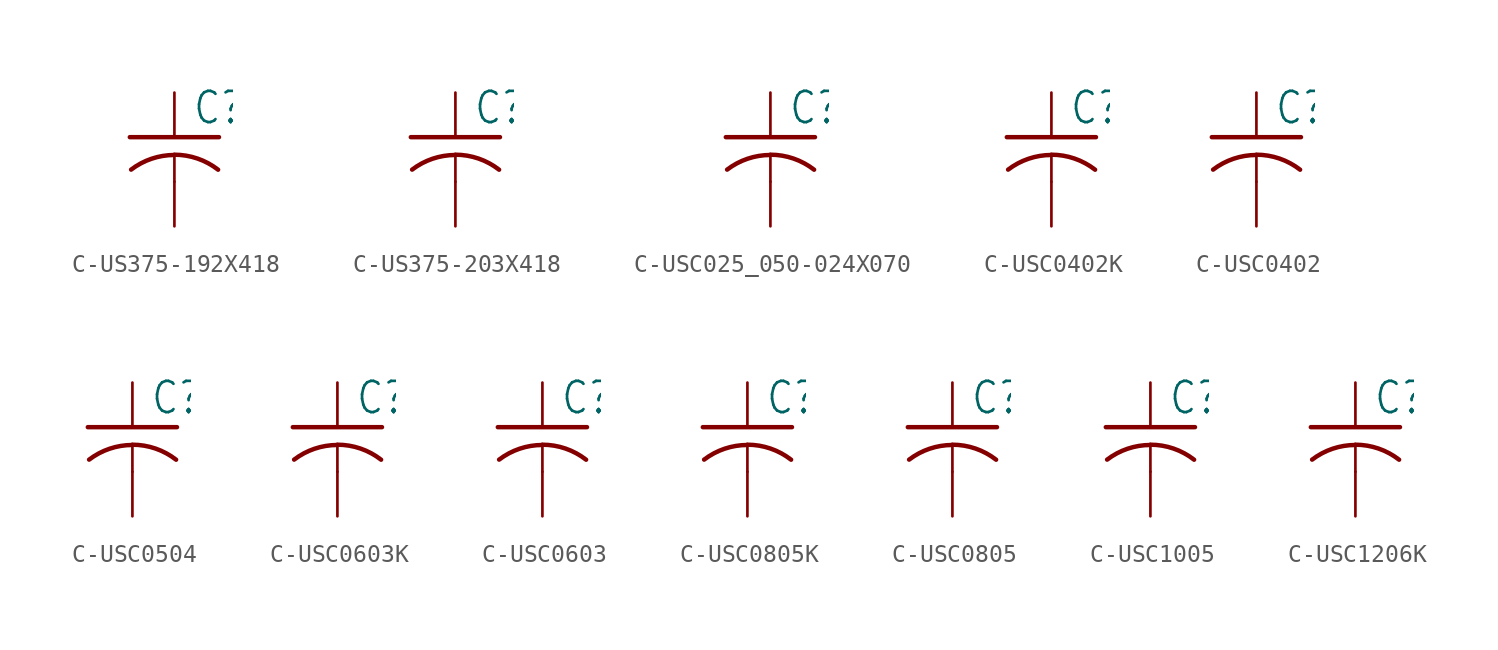
<source format=kicad_sym>
(kicad_symbol_lib
  (version 20241209)
  (generator "kicad_symbol_editor")
  (generator_version "9.0")
  (symbol "C-US375-192X418"
    (property "Reference" "C"
      (at 1.016 0.635 0)
      (effects (font (size 1.778 1.511)) (justify left bottom)))
    (property "Value" ""
      (at 1.016 -4.191 0)
      (effects (font (size 1.778 1.511)) (justify left bottom)))
    (property "ki_locked" ""
      (at 0 0 0)
      (effects (font (size 1.27 1.27))))
    (symbol "C-US375-192X418_1_0"
      (polyline (pts (xy -2.54 0) (xy 2.54 0)) (stroke (width 0.254) (type solid)) (fill (type none)))
      (polyline (pts (xy 0 -1.016) (xy 0 -2.54)) (stroke (width 0.152) (type solid)) (fill (type none)))
      (arc (start 0 -1) (mid 1.3158 -1.2195) (end 2.4892 -1.8541) (stroke (width 0.254) (type solid)) (fill (type none)))
      (arc (start -2.4668 -1.8504) (mid -1.302 -1.2303) (end 0 -1.0161) (stroke (width 0.254) (type solid)) (fill (type none)))
      (pin passive line (at 0 2.54 270) (length 2.54) (name "1" (effects (font (size 0 0)))) (number "1" (effects (font (size 0 0)))))
      (pin passive line (at 0 -5.08 90) (length 2.54) (name "2" (effects (font (size 0 0)))) (number "2" (effects (font (size 0 0)))))))
  (symbol "C-US375-203X418"
    (property "Reference" "C"
      (at 1.016 0.635 0)
      (effects (font (size 1.778 1.511)) (justify left bottom)))
    (property "Value" ""
      (at 1.016 -4.191 0)
      (effects (font (size 1.778 1.511)) (justify left bottom)))
    (property "ki_locked" ""
      (at 0 0 0)
      (effects (font (size 1.27 1.27))))
    (symbol "C-US375-203X418_1_0"
      (polyline (pts (xy -2.54 0) (xy 2.54 0)) (stroke (width 0.254) (type solid)) (fill (type none)))
      (polyline (pts (xy 0 -1.016) (xy 0 -2.54)) (stroke (width 0.152) (type solid)) (fill (type none)))
      (arc (start 0 -1) (mid 1.3158 -1.2195) (end 2.4892 -1.8541) (stroke (width 0.254) (type solid)) (fill (type none)))
      (arc (start -2.4668 -1.8504) (mid -1.302 -1.2303) (end 0 -1.0161) (stroke (width 0.254) (type solid)) (fill (type none)))
      (pin passive line (at 0 2.54 270) (length 2.54) (name "1" (effects (font (size 0 0)))) (number "1" (effects (font (size 0 0)))))
      (pin passive line (at 0 -5.08 90) (length 2.54) (name "2" (effects (font (size 0 0)))) (number "2" (effects (font (size 0 0)))))))
  (symbol "C-USC025_050-024X070"
    (property "Reference" "C"
      (at 1.016 0.635 0)
      (effects (font (size 1.778 1.511)) (justify left bottom)))
    (property "Value" ""
      (at 1.016 -4.191 0)
      (effects (font (size 1.778 1.511)) (justify left bottom)))
    (property "ki_locked" ""
      (at 0 0 0)
      (effects (font (size 1.27 1.27))))
    (symbol "C-USC025_050-024X070_1_0"
      (polyline (pts (xy -2.54 0) (xy 2.54 0)) (stroke (width 0.254) (type solid)) (fill (type none)))
      (polyline (pts (xy 0 -1.016) (xy 0 -2.54)) (stroke (width 0.152) (type solid)) (fill (type none)))
      (arc (start 0 -1) (mid 1.3158 -1.2195) (end 2.4892 -1.8541) (stroke (width 0.254) (type solid)) (fill (type none)))
      (arc (start -2.4668 -1.8504) (mid -1.302 -1.2303) (end 0 -1.0161) (stroke (width 0.254) (type solid)) (fill (type none)))
      (pin passive line (at 0 2.54 270) (length 2.54) (name "1" (effects (font (size 0 0)))) (number "1" (effects (font (size 0 0)))))
      (pin passive line (at 0 -5.08 90) (length 2.54) (name "2" (effects (font (size 0 0)))) (number "2" (effects (font (size 0 0)))))))
  (symbol "C-USC0402K"
    (property "Reference" "C"
      (at 1.016 0.635 0)
      (effects (font (size 1.778 1.511)) (justify left bottom)))
    (property "Value" ""
      (at 1.016 -4.191 0)
      (effects (font (size 1.778 1.511)) (justify left bottom)))
    (property "ki_locked" ""
      (at 0 0 0)
      (effects (font (size 1.27 1.27))))
    (symbol "C-USC0402K_1_0"
      (polyline (pts (xy -2.54 0) (xy 2.54 0)) (stroke (width 0.254) (type solid)) (fill (type none)))
      (polyline (pts (xy 0 -1.016) (xy 0 -2.54)) (stroke (width 0.152) (type solid)) (fill (type none)))
      (arc (start 0 -1) (mid 1.3158 -1.2195) (end 2.4892 -1.8541) (stroke (width 0.254) (type solid)) (fill (type none)))
      (arc (start -2.4668 -1.8504) (mid -1.302 -1.2303) (end 0 -1.0161) (stroke (width 0.254) (type solid)) (fill (type none)))
      (pin passive line (at 0 2.54 270) (length 2.54) (name "1" (effects (font (size 0 0)))) (number "1" (effects (font (size 0 0)))))
      (pin passive line (at 0 -5.08 90) (length 2.54) (name "2" (effects (font (size 0 0)))) (number "2" (effects (font (size 0 0)))))))
  (symbol "C-USC0402"
    (property "Reference" "C"
      (at 1.016 0.635 0)
      (effects (font (size 1.778 1.511)) (justify left bottom)))
    (property "Value" ""
      (at 1.016 -4.191 0)
      (effects (font (size 1.778 1.511)) (justify left bottom)))
    (property "ki_locked" ""
      (at 0 0 0)
      (effects (font (size 1.27 1.27))))
    (symbol "C-USC0402_1_0"
      (polyline (pts (xy -2.54 0) (xy 2.54 0)) (stroke (width 0.254) (type solid)) (fill (type none)))
      (polyline (pts (xy 0 -1.016) (xy 0 -2.54)) (stroke (width 0.152) (type solid)) (fill (type none)))
      (arc (start 0 -1) (mid 1.3158 -1.2195) (end 2.4892 -1.8541) (stroke (width 0.254) (type solid)) (fill (type none)))
      (arc (start -2.4668 -1.8504) (mid -1.302 -1.2303) (end 0 -1.0161) (stroke (width 0.254) (type solid)) (fill (type none)))
      (pin passive line (at 0 2.54 270) (length 2.54) (name "1" (effects (font (size 0 0)))) (number "1" (effects (font (size 0 0)))))
      (pin passive line (at 0 -5.08 90) (length 2.54) (name "2" (effects (font (size 0 0)))) (number "2" (effects (font (size 0 0)))))))
  (symbol "C-USC0504"
    (property "Reference" "C"
      (at 1.016 0.635 0)
      (effects (font (size 1.778 1.511)) (justify left bottom)))
    (property "Value" ""
      (at 1.016 -4.191 0)
      (effects (font (size 1.778 1.511)) (justify left bottom)))
    (property "ki_locked" ""
      (at 0 0 0)
      (effects (font (size 1.27 1.27))))
    (symbol "C-USC0504_1_0"
      (polyline (pts (xy -2.54 0) (xy 2.54 0)) (stroke (width 0.254) (type solid)) (fill (type none)))
      (polyline (pts (xy 0 -1.016) (xy 0 -2.54)) (stroke (width 0.152) (type solid)) (fill (type none)))
      (arc (start 0 -1) (mid 1.3158 -1.2195) (end 2.4892 -1.8541) (stroke (width 0.254) (type solid)) (fill (type none)))
      (arc (start -2.4668 -1.8504) (mid -1.302 -1.2303) (end 0 -1.0161) (stroke (width 0.254) (type solid)) (fill (type none)))
      (pin passive line (at 0 2.54 270) (length 2.54) (name "1" (effects (font (size 0 0)))) (number "1" (effects (font (size 0 0)))))
      (pin passive line (at 0 -5.08 90) (length 2.54) (name "2" (effects (font (size 0 0)))) (number "2" (effects (font (size 0 0)))))))
  (symbol "C-USC0603K"
    (property "Reference" "C"
      (at 1.016 0.635 0)
      (effects (font (size 1.778 1.511)) (justify left bottom)))
    (property "Value" ""
      (at 1.016 -4.191 0)
      (effects (font (size 1.778 1.511)) (justify left bottom)))
    (property "ki_locked" ""
      (at 0 0 0)
      (effects (font (size 1.27 1.27))))
    (symbol "C-USC0603K_1_0"
      (polyline (pts (xy -2.54 0) (xy 2.54 0)) (stroke (width 0.254) (type solid)) (fill (type none)))
      (polyline (pts (xy 0 -1.016) (xy 0 -2.54)) (stroke (width 0.152) (type solid)) (fill (type none)))
      (arc (start 0 -1) (mid 1.3158 -1.2195) (end 2.4892 -1.8541) (stroke (width 0.254) (type solid)) (fill (type none)))
      (arc (start -2.4668 -1.8504) (mid -1.302 -1.2303) (end 0 -1.0161) (stroke (width 0.254) (type solid)) (fill (type none)))
      (pin passive line (at 0 2.54 270) (length 2.54) (name "1" (effects (font (size 0 0)))) (number "1" (effects (font (size 0 0)))))
      (pin passive line (at 0 -5.08 90) (length 2.54) (name "2" (effects (font (size 0 0)))) (number "2" (effects (font (size 0 0)))))))
  (symbol "C-USC0603"
    (property "Reference" "C"
      (at 1.016 0.635 0)
      (effects (font (size 1.778 1.511)) (justify left bottom)))
    (property "Value" ""
      (at 1.016 -4.191 0)
      (effects (font (size 1.778 1.511)) (justify left bottom)))
    (property "ki_locked" ""
      (at 0 0 0)
      (effects (font (size 1.27 1.27))))
    (symbol "C-USC0603_1_0"
      (polyline (pts (xy -2.54 0) (xy 2.54 0)) (stroke (width 0.254) (type solid)) (fill (type none)))
      (polyline (pts (xy 0 -1.016) (xy 0 -2.54)) (stroke (width 0.152) (type solid)) (fill (type none)))
      (arc (start 0 -1) (mid 1.3158 -1.2195) (end 2.4892 -1.8541) (stroke (width 0.254) (type solid)) (fill (type none)))
      (arc (start -2.4668 -1.8504) (mid -1.302 -1.2303) (end 0 -1.0161) (stroke (width 0.254) (type solid)) (fill (type none)))
      (pin passive line (at 0 2.54 270) (length 2.54) (name "1" (effects (font (size 0 0)))) (number "1" (effects (font (size 0 0)))))
      (pin passive line (at 0 -5.08 90) (length 2.54) (name "2" (effects (font (size 0 0)))) (number "2" (effects (font (size 0 0)))))))
  (symbol "C-USC0805K"
    (property "Reference" "C"
      (at 1.016 0.635 0)
      (effects (font (size 1.778 1.511)) (justify left bottom)))
    (property "Value" ""
      (at 1.016 -4.191 0)
      (effects (font (size 1.778 1.511)) (justify left bottom)))
    (property "ki_locked" ""
      (at 0 0 0)
      (effects (font (size 1.27 1.27))))
    (symbol "C-USC0805K_1_0"
      (polyline (pts (xy -2.54 0) (xy 2.54 0)) (stroke (width 0.254) (type solid)) (fill (type none)))
      (polyline (pts (xy 0 -1.016) (xy 0 -2.54)) (stroke (width 0.152) (type solid)) (fill (type none)))
      (arc (start 0 -1) (mid 1.3158 -1.2195) (end 2.4892 -1.8541) (stroke (width 0.254) (type solid)) (fill (type none)))
      (arc (start -2.4668 -1.8504) (mid -1.302 -1.2303) (end 0 -1.0161) (stroke (width 0.254) (type solid)) (fill (type none)))
      (pin passive line (at 0 2.54 270) (length 2.54) (name "1" (effects (font (size 0 0)))) (number "1" (effects (font (size 0 0)))))
      (pin passive line (at 0 -5.08 90) (length 2.54) (name "2" (effects (font (size 0 0)))) (number "2" (effects (font (size 0 0)))))))
  (symbol "C-USC0805"
    (property "Reference" "C"
      (at 1.016 0.635 0)
      (effects (font (size 1.778 1.511)) (justify left bottom)))
    (property "Value" ""
      (at 1.016 -4.191 0)
      (effects (font (size 1.778 1.511)) (justify left bottom)))
    (property "ki_locked" ""
      (at 0 0 0)
      (effects (font (size 1.27 1.27))))
    (symbol "C-USC0805_1_0"
      (polyline (pts (xy -2.54 0) (xy 2.54 0)) (stroke (width 0.254) (type solid)) (fill (type none)))
      (polyline (pts (xy 0 -1.016) (xy 0 -2.54)) (stroke (width 0.152) (type solid)) (fill (type none)))
      (arc (start 0 -1) (mid 1.3158 -1.2195) (end 2.4892 -1.8541) (stroke (width 0.254) (type solid)) (fill (type none)))
      (arc (start -2.4668 -1.8504) (mid -1.302 -1.2303) (end 0 -1.0161) (stroke (width 0.254) (type solid)) (fill (type none)))
      (pin passive line (at 0 2.54 270) (length 2.54) (name "1" (effects (font (size 0 0)))) (number "1" (effects (font (size 0 0)))))
      (pin passive line (at 0 -5.08 90) (length 2.54) (name "2" (effects (font (size 0 0)))) (number "2" (effects (font (size 0 0)))))))
  (symbol "C-USC1005"
    (property "Reference" "C"
      (at 1.016 0.635 0)
      (effects (font (size 1.778 1.511)) (justify left bottom)))
    (property "Value" ""
      (at 1.016 -4.191 0)
      (effects (font (size 1.778 1.511)) (justify left bottom)))
    (property "ki_locked" ""
      (at 0 0 0)
      (effects (font (size 1.27 1.27))))
    (symbol "C-USC1005_1_0"
      (polyline (pts (xy -2.54 0) (xy 2.54 0)) (stroke (width 0.254) (type solid)) (fill (type none)))
      (polyline (pts (xy 0 -1.016) (xy 0 -2.54)) (stroke (width 0.152) (type solid)) (fill (type none)))
      (arc (start 0 -1) (mid 1.3158 -1.2195) (end 2.4892 -1.8541) (stroke (width 0.254) (type solid)) (fill (type none)))
      (arc (start -2.4668 -1.8504) (mid -1.302 -1.2303) (end 0 -1.0161) (stroke (width 0.254) (type solid)) (fill (type none)))
      (pin passive line (at 0 2.54 270) (length 2.54) (name "1" (effects (font (size 0 0)))) (number "1" (effects (font (size 0 0)))))
      (pin passive line (at 0 -5.08 90) (length 2.54) (name "2" (effects (font (size 0 0)))) (number "2" (effects (font (size 0 0)))))))
  (symbol "C-USC1206K"
    (property "Reference" "C"
      (at 1.016 0.635 0)
      (effects (font (size 1.778 1.511)) (justify left bottom)))
    (property "Value" ""
      (at 1.016 -4.191 0)
      (effects (font (size 1.778 1.511)) (justify left bottom)))
    (property "ki_locked" ""
      (at 0 0 0)
      (effects (font (size 1.27 1.27))))
    (symbol "C-USC1206K_1_0"
      (polyline (pts (xy -2.54 0) (xy 2.54 0)) (stroke (width 0.254) (type solid)) (fill (type none)))
      (polyline (pts (xy 0 -1.016) (xy 0 -2.54)) (stroke (width 0.152) (type solid)) (fill (type none)))
      (arc (start 0 -1) (mid 1.3158 -1.2195) (end 2.4892 -1.8541) (stroke (width 0.254) (type solid)) (fill (type none)))
      (arc (start -2.4668 -1.8504) (mid -1.302 -1.2303) (end 0 -1.0161) (stroke (width 0.254) (type solid)) (fill (type none)))
      (pin passive line (at 0 2.54 270) (length 2.54) (name "1" (effects (font (size 0 0)))) (number "1" (effects (font (size 0 0)))))
      (pin passive line (at 0 -5.08 90) (length 2.54) (name "2" (effects (font (size 0 0)))) (number "2" (effects (font (size 0 0))))))))
</source>
